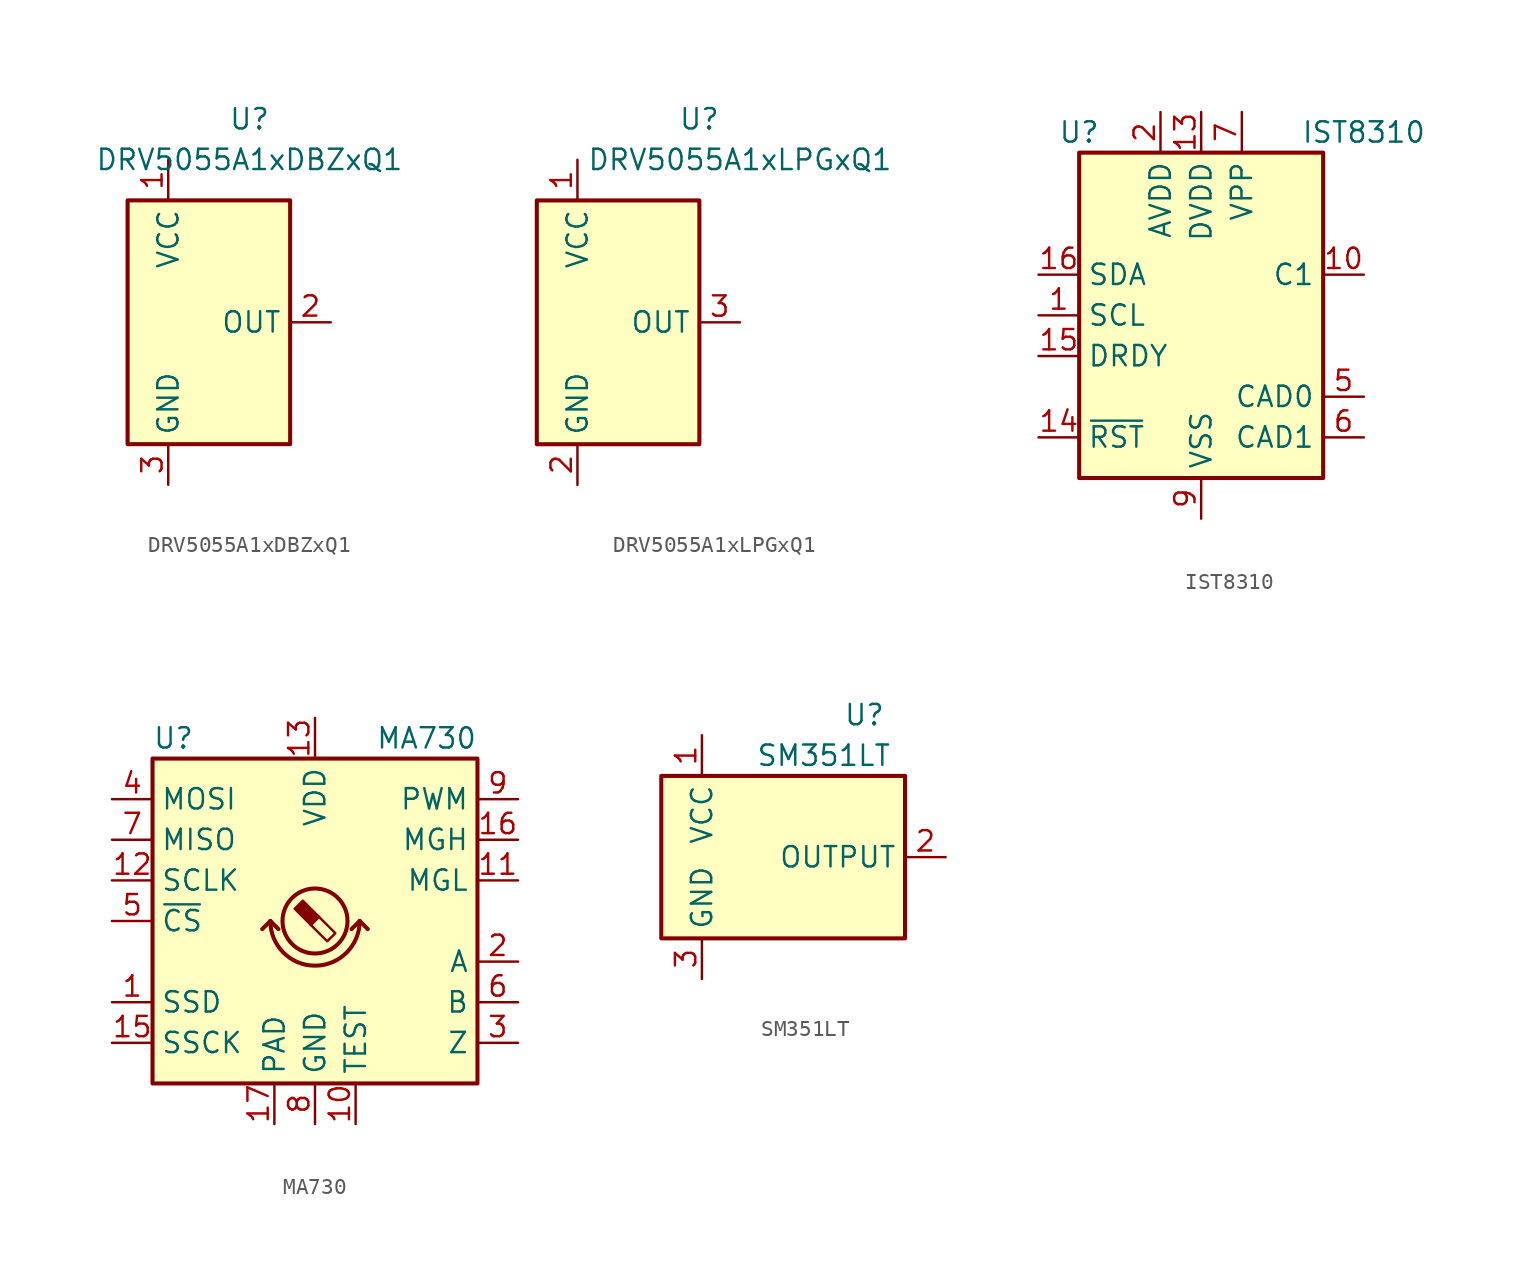
<source format=kicad_sym>
(kicad_symbol_lib
  (version 20220914)
  (generator kicad_symbol_editor)
  (symbol "DRV5055A1xDBZxQ1"
    (property "Reference" "U"
      (at 2.54 12.7 0)
      (effects (font (size 1.27 1.27))))
    (property "Value" "DRV5055A1xDBZxQ1"
      (at 2.54 10.16 0)
      (effects (font (size 1.27 1.27))))
    (symbol "DRV5055A1xDBZxQ1_1_1"
      (rectangle (start -5.08 7.62) (end 5.08 -7.62) (stroke (width 0.254) (type default)) (fill (type background)))
      (pin power_in line (at -2.54 10.16 270) (length 2.54) (name "VCC" (effects (font (size 1.27 1.27)))) (number "1" (effects (font (size 1.27 1.27)))))
      (pin output line (at 7.62 0 180) (length 2.54) (name "OUT" (effects (font (size 1.27 1.27)))) (number "2" (effects (font (size 1.27 1.27)))))
      (pin power_in line (at -2.54 -10.16 90) (length 2.54) (name "GND" (effects (font (size 1.27 1.27)))) (number "3" (effects (font (size 1.27 1.27)))))))
  (symbol "DRV5055A1xLPGxQ1"
    (property "Reference" "U"
      (at 5.08 12.7 0)
      (effects (font (size 1.27 1.27))))
    (property "Value" "DRV5055A1xLPGxQ1"
      (at 7.62 10.16 0)
      (effects (font (size 1.27 1.27))))
    (symbol "DRV5055A1xLPGxQ1_1_1"
      (rectangle (start -5.08 7.62) (end 5.08 -7.62) (stroke (width 0.254) (type default)) (fill (type background)))
      (pin power_in line (at -2.54 10.16 270) (length 2.54) (name "VCC" (effects (font (size 1.27 1.27)))) (number "1" (effects (font (size 1.27 1.27)))))
      (pin power_in line (at -2.54 -10.16 90) (length 2.54) (name "GND" (effects (font (size 1.27 1.27)))) (number "2" (effects (font (size 1.27 1.27)))))
      (pin output line (at 7.62 0 180) (length 2.54) (name "OUT" (effects (font (size 1.27 1.27)))) (number "3" (effects (font (size 1.27 1.27)))))))
  (symbol "IST8310"
    (property "Reference" "U"
      (at -7.62 11.43 0)
      (effects (font (size 1.27 1.27))))
    (property "Value" "IST8310"
      (at 10.16 11.43 0)
      (effects (font (size 1.27 1.27))))
    (symbol "IST8310_0_1"
      (rectangle (start -7.62 10.16) (end 7.62 -10.16) (stroke (width 0.254) (type default)) (fill (type background))))
    (symbol "IST8310_1_1"
      (pin input line (at -10.16 0 0) (length 2.54) (name "SCL" (effects (font (size 1.27 1.27)))) (number "1" (effects (font (size 1.27 1.27)))))
      (pin passive line (at 10.16 2.54 180) (length 2.54) (name "C1" (effects (font (size 1.27 1.27)))) (number "10" (effects (font (size 1.27 1.27)))))
      (pin passive line (at 0 -12.7 90) (length 2.54) hide (name "VSS" (effects (font (size 1.27 1.27)))) (number "11" (effects (font (size 1.27 1.27)))))
      (pin no_connect line (at 7.62 7.62 180) (length 2.54) hide (name "NC" (effects (font (size 1.27 1.27)))) (number "12" (effects (font (size 1.27 1.27)))))
      (pin power_in line (at 0 12.7 270) (length 2.54) (name "DVDD" (effects (font (size 1.27 1.27)))) (number "13" (effects (font (size 1.27 1.27)))))
      (pin input line (at -10.16 -7.62 0) (length 2.54) (name "~{RST}" (effects (font (size 1.27 1.27)))) (number "14" (effects (font (size 1.27 1.27)))))
      (pin output line (at -10.16 -2.54 0) (length 2.54) (name "DRDY" (effects (font (size 1.27 1.27)))) (number "15" (effects (font (size 1.27 1.27)))))
      (pin bidirectional line (at -10.16 2.54 0) (length 2.54) (name "SDA" (effects (font (size 1.27 1.27)))) (number "16" (effects (font (size 1.27 1.27)))))
      (pin power_in line (at -2.54 12.7 270) (length 2.54) (name "AVDD" (effects (font (size 1.27 1.27)))) (number "2" (effects (font (size 1.27 1.27)))))
      (pin no_connect line (at -7.62 7.62 0) (length 2.54) hide (name "NC" (effects (font (size 1.27 1.27)))) (number "3" (effects (font (size 1.27 1.27)))))
      (pin no_connect line (at -7.62 5.08 0) (length 2.54) hide (name "NC" (effects (font (size 1.27 1.27)))) (number "4" (effects (font (size 1.27 1.27)))))
      (pin input line (at 10.16 -5.08 180) (length 2.54) (name "CAD0" (effects (font (size 1.27 1.27)))) (number "5" (effects (font (size 1.27 1.27)))))
      (pin input line (at 10.16 -7.62 180) (length 2.54) (name "CAD1" (effects (font (size 1.27 1.27)))) (number "6" (effects (font (size 1.27 1.27)))))
      (pin passive line (at 2.54 12.7 270) (length 2.54) (name "VPP" (effects (font (size 1.27 1.27)))) (number "7" (effects (font (size 1.27 1.27)))))
      (pin no_connect line (at 7.62 5.08 180) (length 2.54) hide (name "NC" (effects (font (size 1.27 1.27)))) (number "8" (effects (font (size 1.27 1.27)))))
      (pin power_in line (at 0 -12.7 90) (length 2.54) (name "VSS" (effects (font (size 1.27 1.27)))) (number "9" (effects (font (size 1.27 1.27)))))))
  (symbol "MA730"
    (property "Reference" "U"
      (at -10.16 11.43 0)
      (effects (font (size 1.27 1.27)) (justify left)))
    (property "Value" "MA730"
      (at 10.16 11.43 0)
      (effects (font (size 1.27 1.27)) (justify right)))
    (symbol "MA730_0_1"
      (rectangle (start -10.16 10.16) (end 10.16 -10.16) (stroke (width 0.254) (type default)) (fill (type background)))
      (arc (start -2.794 0) (mid 0 -2.7819) (end 2.794 0) (stroke (width 0.254) (type default)) (fill (type none)))
      (polyline (pts (xy -2.794 0) (xy -3.302 -0.508)) (stroke (width 0.254) (type default)) (fill (type none)))
      (polyline (pts (xy -2.794 0) (xy -2.286 -0.508)) (stroke (width 0.254) (type default)) (fill (type none)))
      (polyline (pts (xy 2.794 0) (xy 2.286 -0.508)) (stroke (width 0.254) (type default)) (fill (type none)))
      (polyline (pts (xy 2.794 0) (xy 3.302 -0.508)) (stroke (width 0.254) (type default)) (fill (type none))))
    (symbol "MA730_1_1"
      (polyline (pts (xy 0.254 0.254) (xy 1.27 -0.762) (xy 0.762 -1.27) (xy -0.254 -0.254)) (stroke (width 0) (type default)) (fill (type none)))
      (polyline (pts (xy -0.762 1.27) (xy 0.254 0.254) (xy -0.254 -0.254) (xy -1.27 0.762) (xy -1.016 1.016) (xy -0.762 1.27) (xy -0.635 1.143)) (stroke (width 0) (type default)) (fill (type outline)))
      (circle (center 0 0) (radius 2.032) (stroke (width 0.254) (type default)) (fill (type none)))
      (pin output line (at -12.7 -5.08 0) (length 2.54) (name "SSD" (effects (font (size 1.27 1.27)))) (number "1" (effects (font (size 1.27 1.27)))))
      (pin passive line (at 2.54 -12.7 90) (length 2.54) (name "TEST" (effects (font (size 1.27 1.27)))) (number "10" (effects (font (size 1.27 1.27)))))
      (pin output line (at 12.7 2.54 180) (length 2.54) (name "MGL" (effects (font (size 1.27 1.27)))) (number "11" (effects (font (size 1.27 1.27)))))
      (pin input line (at -12.7 2.54 0) (length 2.54) (name "SCLK" (effects (font (size 1.27 1.27)))) (number "12" (effects (font (size 1.27 1.27)))))
      (pin power_in line (at 0 12.7 270) (length 2.54) (name "VDD" (effects (font (size 1.27 1.27)))) (number "13" (effects (font (size 1.27 1.27)))))
      (pin no_connect line (at 5.08 -10.16 90) (length 2.54) hide (name "NC" (effects (font (size 1.27 1.27)))) (number "14" (effects (font (size 1.27 1.27)))))
      (pin input line (at -12.7 -7.62 0) (length 2.54) (name "SSCK" (effects (font (size 1.27 1.27)))) (number "15" (effects (font (size 1.27 1.27)))))
      (pin output line (at 12.7 5.08 180) (length 2.54) (name "MGH" (effects (font (size 1.27 1.27)))) (number "16" (effects (font (size 1.27 1.27)))))
      (pin input line (at -2.54 -12.7 90) (length 2.54) (name "PAD" (effects (font (size 1.27 1.27)))) (number "17" (effects (font (size 1.27 1.27)))))
      (pin output line (at 12.7 -2.54 180) (length 2.54) (name "A" (effects (font (size 1.27 1.27)))) (number "2" (effects (font (size 1.27 1.27)))))
      (pin output line (at 12.7 -7.62 180) (length 2.54) (name "Z" (effects (font (size 1.27 1.27)))) (number "3" (effects (font (size 1.27 1.27)))))
      (pin input line (at -12.7 7.62 0) (length 2.54) (name "MOSI" (effects (font (size 1.27 1.27)))) (number "4" (effects (font (size 1.27 1.27)))))
      (pin input line (at -12.7 0 0) (length 2.54) (name "~{CS}" (effects (font (size 1.27 1.27)))) (number "5" (effects (font (size 1.27 1.27)))))
      (pin output line (at 12.7 -5.08 180) (length 2.54) (name "B" (effects (font (size 1.27 1.27)))) (number "6" (effects (font (size 1.27 1.27)))))
      (pin output line (at -12.7 5.08 0) (length 2.54) (name "MISO" (effects (font (size 1.27 1.27)))) (number "7" (effects (font (size 1.27 1.27)))))
      (pin power_in line (at 0 -12.7 90) (length 2.54) (name "GND" (effects (font (size 1.27 1.27)))) (number "8" (effects (font (size 1.27 1.27)))))
      (pin output line (at 12.7 7.62 180) (length 2.54) (name "PWM" (effects (font (size 1.27 1.27)))) (number "9" (effects (font (size 1.27 1.27)))))))
  (symbol "SM351LT"
    (property "Reference" "U"
      (at 5.08 8.89 0)
      (effects (font (size 1.27 1.27))))
    (property "Value" "SM351LT"
      (at 2.54 6.35 0)
      (effects (font (size 1.27 1.27))))
    (symbol "SM351LT_0_1"
      (rectangle (start 7.62 5.08) (end -7.62 -5.08) (stroke (width 0.254) (type default)) (fill (type background))))
    (symbol "SM351LT_1_1"
      (pin power_in line (at -5.08 7.62 270) (length 2.54) (name "VCC" (effects (font (size 1.27 1.27)))) (number "1" (effects (font (size 1.27 1.27)))))
      (pin output line (at 10.16 0 180) (length 2.54) (name "OUTPUT" (effects (font (size 1.27 1.27)))) (number "2" (effects (font (size 1.27 1.27)))))
      (pin power_in line (at -5.08 -7.62 90) (length 2.54) (name "GND" (effects (font (size 1.27 1.27)))) (number "3" (effects (font (size 1.27 1.27))))))))
</source>
